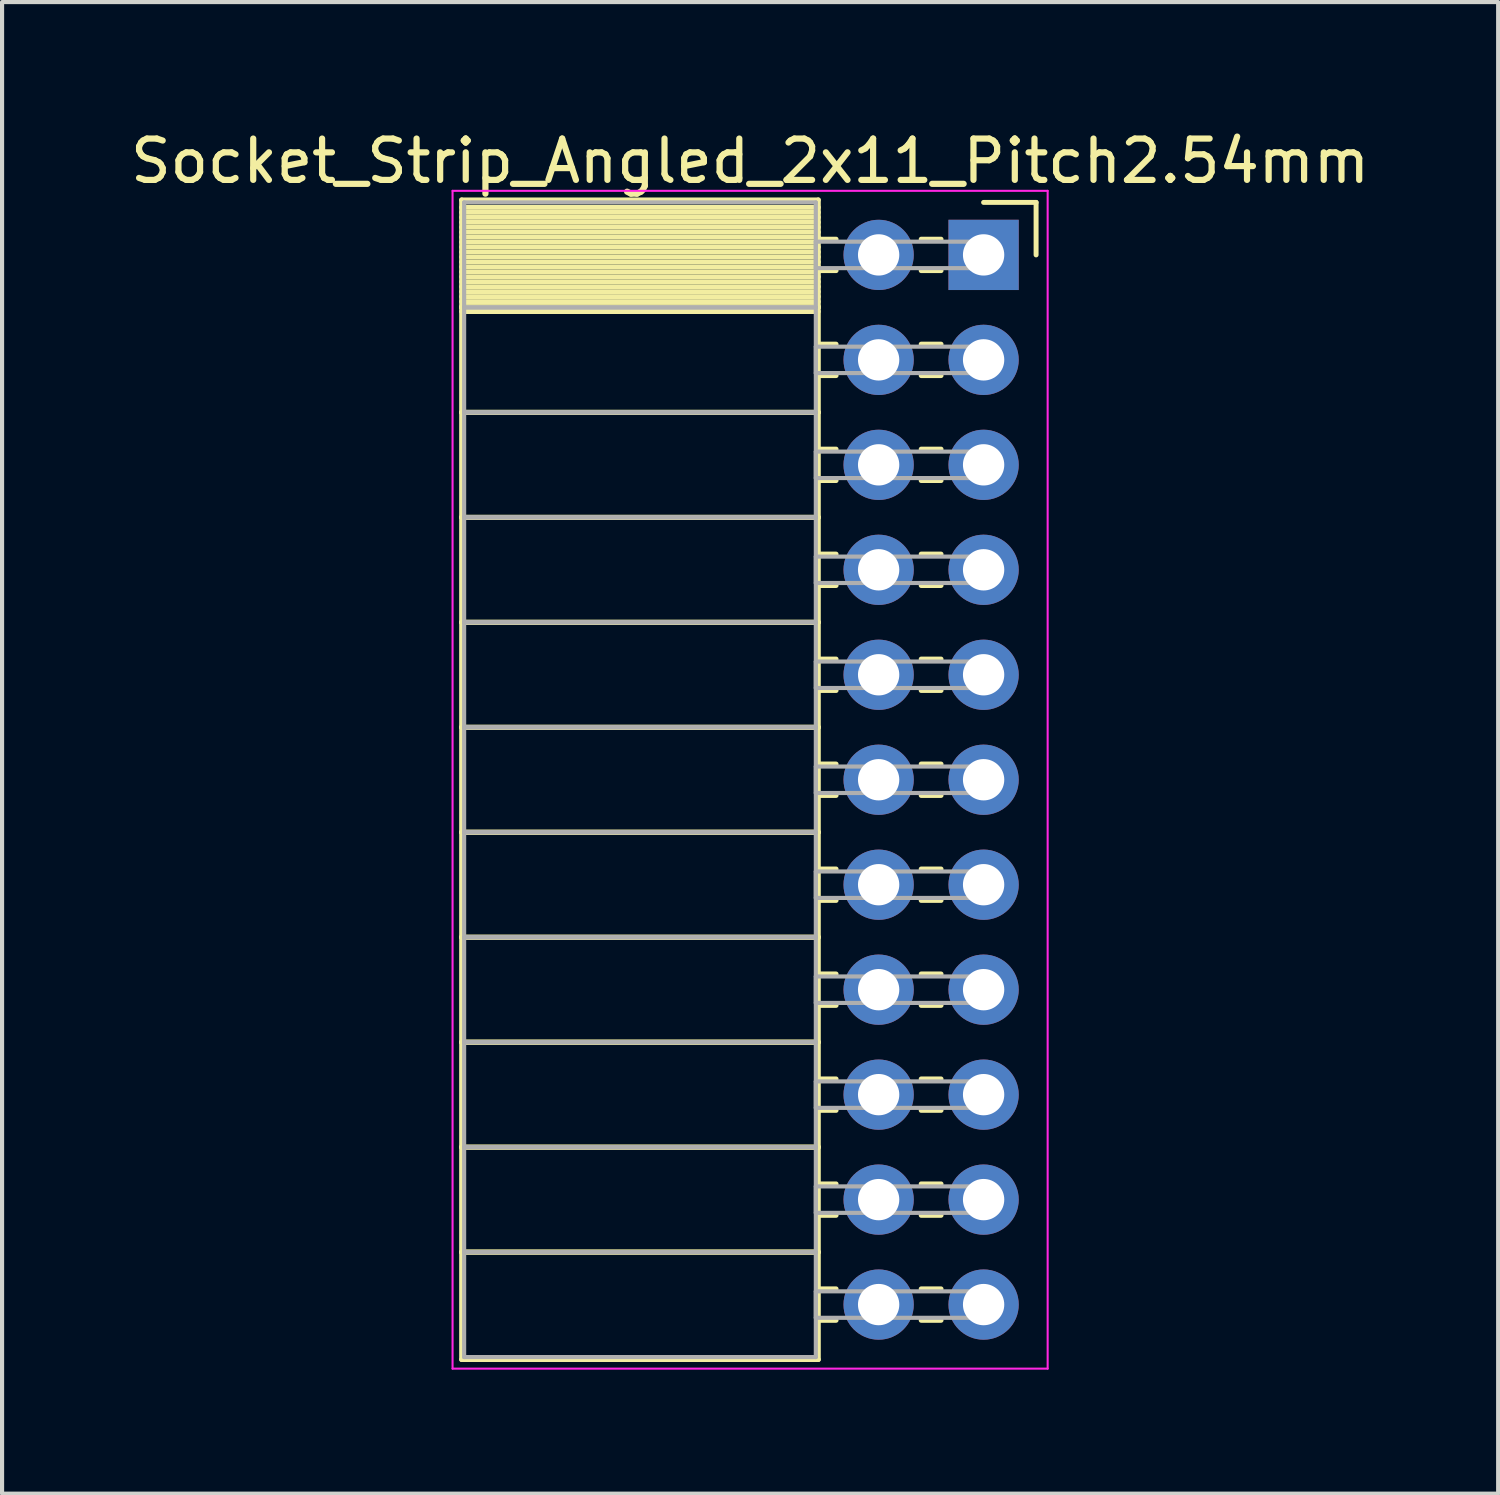
<source format=kicad_pcb>
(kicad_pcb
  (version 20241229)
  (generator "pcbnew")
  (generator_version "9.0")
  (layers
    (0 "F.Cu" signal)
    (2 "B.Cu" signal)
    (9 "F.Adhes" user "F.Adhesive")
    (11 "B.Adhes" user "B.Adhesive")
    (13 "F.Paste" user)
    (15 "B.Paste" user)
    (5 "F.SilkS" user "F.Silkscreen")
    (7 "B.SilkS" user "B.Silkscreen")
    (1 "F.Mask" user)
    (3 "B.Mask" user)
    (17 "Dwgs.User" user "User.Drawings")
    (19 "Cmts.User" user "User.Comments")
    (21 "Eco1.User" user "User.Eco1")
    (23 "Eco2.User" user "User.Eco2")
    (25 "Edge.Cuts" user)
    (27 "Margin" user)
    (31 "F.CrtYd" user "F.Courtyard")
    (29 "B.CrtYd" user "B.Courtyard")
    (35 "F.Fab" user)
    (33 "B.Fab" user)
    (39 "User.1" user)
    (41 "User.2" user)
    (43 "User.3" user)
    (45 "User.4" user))
  (footprint "Socket_Strip_Angled_2x11_Pitch2.54mm"
    (layer "F.Cu")
    (at 20.751 3.118)
    (property "Reference" "Socket_Strip_Angled_2x11_Pitch2.54mm" (at -5.65 -2.27 0) (layer "F.SilkS") (effects (font (size 1 1) (thickness 0.15))))
    (attr through_hole)
    (fp_line (start -12.63 -1.33) (end -4 -1.33) (stroke (width 0.12) (type solid)) (layer "F.SilkS"))
    (fp_line (start -12.63 1.27) (end -12.63 -1.33) (stroke (width 0.12) (type solid)) (layer "F.SilkS"))
    (fp_line (start -12.63 1.27) (end -4 1.27) (stroke (width 0.12) (type solid)) (layer "F.SilkS"))
    (fp_line (start -12.63 3.81) (end -12.63 1.27) (stroke (width 0.12) (type solid)) (layer "F.SilkS"))
    (fp_line (start -12.63 3.81) (end -4 3.81) (stroke (width 0.12) (type solid)) (layer "F.SilkS"))
    (fp_line (start -12.63 6.35) (end -12.63 3.81) (stroke (width 0.12) (type solid)) (layer "F.SilkS"))
    (fp_line (start -12.63 6.35) (end -4 6.35) (stroke (width 0.12) (type solid)) (layer "F.SilkS"))
    (fp_line (start -12.63 8.89) (end -12.63 6.35) (stroke (width 0.12) (type solid)) (layer "F.SilkS"))
    (fp_line (start -12.63 8.89) (end -4 8.89) (stroke (width 0.12) (type solid)) (layer "F.SilkS"))
    (fp_line (start -12.63 11.43) (end -12.63 8.89) (stroke (width 0.12) (type solid)) (layer "F.SilkS"))
    (fp_line (start -12.63 11.43) (end -4 11.43) (stroke (width 0.12) (type solid)) (layer "F.SilkS"))
    (fp_line (start -12.63 13.97) (end -12.63 11.43) (stroke (width 0.12) (type solid)) (layer "F.SilkS"))
    (fp_line (start -12.63 13.97) (end -4 13.97) (stroke (width 0.12) (type solid)) (layer "F.SilkS"))
    (fp_line (start -12.63 16.51) (end -12.63 13.97) (stroke (width 0.12) (type solid)) (layer "F.SilkS"))
    (fp_line (start -12.63 16.51) (end -4 16.51) (stroke (width 0.12) (type solid)) (layer "F.SilkS"))
    (fp_line (start -12.63 19.05) (end -12.63 16.51) (stroke (width 0.12) (type solid)) (layer "F.SilkS"))
    (fp_line (start -12.63 19.05) (end -4 19.05) (stroke (width 0.12) (type solid)) (layer "F.SilkS"))
    (fp_line (start -12.63 21.59) (end -12.63 19.05) (stroke (width 0.12) (type solid)) (layer "F.SilkS"))
    (fp_line (start -12.63 21.59) (end -4 21.59) (stroke (width 0.12) (type solid)) (layer "F.SilkS"))
    (fp_line (start -12.63 24.13) (end -12.63 21.59) (stroke (width 0.12) (type solid)) (layer "F.SilkS"))
    (fp_line (start -12.63 24.13) (end -4 24.13) (stroke (width 0.12) (type solid)) (layer "F.SilkS"))
    (fp_line (start -12.63 26.73) (end -12.63 24.13) (stroke (width 0.12) (type solid)) (layer "F.SilkS"))
    (fp_line (start -4 -1.33) (end -4 1.27) (stroke (width 0.12) (type solid)) (layer "F.SilkS"))
    (fp_line (start -4 -1.15) (end -12.63 -1.15) (stroke (width 0.12) (type solid)) (layer "F.SilkS"))
    (fp_line (start -4 -1.03) (end -12.63 -1.03) (stroke (width 0.12) (type solid)) (layer "F.SilkS"))
    (fp_line (start -4 -0.91) (end -12.63 -0.91) (stroke (width 0.12) (type solid)) (layer "F.SilkS"))
    (fp_line (start -4 -0.79) (end -12.63 -0.79) (stroke (width 0.12) (type solid)) (layer "F.SilkS"))
    (fp_line (start -4 -0.67) (end -12.63 -0.67) (stroke (width 0.12) (type solid)) (layer "F.SilkS"))
    (fp_line (start -4 -0.55) (end -12.63 -0.55) (stroke (width 0.12) (type solid)) (layer "F.SilkS"))
    (fp_line (start -4 -0.43) (end -12.63 -0.43) (stroke (width 0.12) (type solid)) (layer "F.SilkS"))
    (fp_line (start -4 -0.31) (end -12.63 -0.31) (stroke (width 0.12) (type solid)) (layer "F.SilkS"))
    (fp_line (start -4 -0.19) (end -12.63 -0.19) (stroke (width 0.12) (type solid)) (layer "F.SilkS"))
    (fp_line (start -4 -0.07) (end -12.63 -0.07) (stroke (width 0.12) (type solid)) (layer "F.SilkS"))
    (fp_line (start -4 0.05) (end -12.63 0.05) (stroke (width 0.12) (type solid)) (layer "F.SilkS"))
    (fp_line (start -4 0.17) (end -12.63 0.17) (stroke (width 0.12) (type solid)) (layer "F.SilkS"))
    (fp_line (start -4 0.29) (end -12.63 0.29) (stroke (width 0.12) (type solid)) (layer "F.SilkS"))
    (fp_line (start -4 0.41) (end -12.63 0.41) (stroke (width 0.12) (type solid)) (layer "F.SilkS"))
    (fp_line (start -4 0.53) (end -12.63 0.53) (stroke (width 0.12) (type solid)) (layer "F.SilkS"))
    (fp_line (start -4 0.65) (end -12.63 0.65) (stroke (width 0.12) (type solid)) (layer "F.SilkS"))
    (fp_line (start -4 0.77) (end -12.63 0.77) (stroke (width 0.12) (type solid)) (layer "F.SilkS"))
    (fp_line (start -4 0.89) (end -12.63 0.89) (stroke (width 0.12) (type solid)) (layer "F.SilkS"))
    (fp_line (start -4 1.01) (end -12.63 1.01) (stroke (width 0.12) (type solid)) (layer "F.SilkS"))
    (fp_line (start -4 1.13) (end -12.63 1.13) (stroke (width 0.12) (type solid)) (layer "F.SilkS"))
    (fp_line (start -4 1.25) (end -12.63 1.25) (stroke (width 0.12) (type solid)) (layer "F.SilkS"))
    (fp_line (start -4 1.27) (end -12.63 1.27) (stroke (width 0.12) (type solid)) (layer "F.SilkS"))
    (fp_line (start -4 1.27) (end -4 3.81) (stroke (width 0.12) (type solid)) (layer "F.SilkS"))
    (fp_line (start -4 1.37) (end -12.63 1.37) (stroke (width 0.12) (type solid)) (layer "F.SilkS"))
    (fp_line (start -4 3.81) (end -12.63 3.81) (stroke (width 0.12) (type solid)) (layer "F.SilkS"))
    (fp_line (start -4 3.81) (end -4 6.35) (stroke (width 0.12) (type solid)) (layer "F.SilkS"))
    (fp_line (start -4 6.35) (end -12.63 6.35) (stroke (width 0.12) (type solid)) (layer "F.SilkS"))
    (fp_line (start -4 6.35) (end -4 8.89) (stroke (width 0.12) (type solid)) (layer "F.SilkS"))
    (fp_line (start -4 8.89) (end -12.63 8.89) (stroke (width 0.12) (type solid)) (layer "F.SilkS"))
    (fp_line (start -4 8.89) (end -4 11.43) (stroke (width 0.12) (type solid)) (layer "F.SilkS"))
    (fp_line (start -4 11.43) (end -12.63 11.43) (stroke (width 0.12) (type solid)) (layer "F.SilkS"))
    (fp_line (start -4 11.43) (end -4 13.97) (stroke (width 0.12) (type solid)) (layer "F.SilkS"))
    (fp_line (start -4 13.97) (end -12.63 13.97) (stroke (width 0.12) (type solid)) (layer "F.SilkS"))
    (fp_line (start -4 13.97) (end -4 16.51) (stroke (width 0.12) (type solid)) (layer "F.SilkS"))
    (fp_line (start -4 16.51) (end -12.63 16.51) (stroke (width 0.12) (type solid)) (layer "F.SilkS"))
    (fp_line (start -4 16.51) (end -4 19.05) (stroke (width 0.12) (type solid)) (layer "F.SilkS"))
    (fp_line (start -4 19.05) (end -12.63 19.05) (stroke (width 0.12) (type solid)) (layer "F.SilkS"))
    (fp_line (start -4 19.05) (end -4 21.59) (stroke (width 0.12) (type solid)) (layer "F.SilkS"))
    (fp_line (start -4 21.59) (end -12.63 21.59) (stroke (width 0.12) (type solid)) (layer "F.SilkS"))
    (fp_line (start -4 21.59) (end -4 24.13) (stroke (width 0.12) (type solid)) (layer "F.SilkS"))
    (fp_line (start -4 24.13) (end -12.63 24.13) (stroke (width 0.12) (type solid)) (layer "F.SilkS"))
    (fp_line (start -4 24.13) (end -4 26.73) (stroke (width 0.12) (type solid)) (layer "F.SilkS"))
    (fp_line (start -4 26.73) (end -12.63 26.73) (stroke (width 0.12) (type solid)) (layer "F.SilkS"))
    (fp_line (start -3.57 -0.38) (end -4 -0.38) (stroke (width 0.12) (type solid)) (layer "F.SilkS"))
    (fp_line (start -3.57 0.38) (end -4 0.38) (stroke (width 0.12) (type solid)) (layer "F.SilkS"))
    (fp_line (start -3.57 2.16) (end -4 2.16) (stroke (width 0.12) (type solid)) (layer "F.SilkS"))
    (fp_line (start -3.57 2.92) (end -4 2.92) (stroke (width 0.12) (type solid)) (layer "F.SilkS"))
    (fp_line (start -3.57 4.7) (end -4 4.7) (stroke (width 0.12) (type solid)) (layer "F.SilkS"))
    (fp_line (start -3.57 5.46) (end -4 5.46) (stroke (width 0.12) (type solid)) (layer "F.SilkS"))
    (fp_line (start -3.57 7.24) (end -4 7.24) (stroke (width 0.12) (type solid)) (layer "F.SilkS"))
    (fp_line (start -3.57 8) (end -4 8) (stroke (width 0.12) (type solid)) (layer "F.SilkS"))
    (fp_line (start -3.57 9.78) (end -4 9.78) (stroke (width 0.12) (type solid)) (layer "F.SilkS"))
    (fp_line (start -3.57 10.54) (end -4 10.54) (stroke (width 0.12) (type solid)) (layer "F.SilkS"))
    (fp_line (start -3.57 12.32) (end -4 12.32) (stroke (width 0.12) (type solid)) (layer "F.SilkS"))
    (fp_line (start -3.57 13.08) (end -4 13.08) (stroke (width 0.12) (type solid)) (layer "F.SilkS"))
    (fp_line (start -3.57 14.86) (end -4 14.86) (stroke (width 0.12) (type solid)) (layer "F.SilkS"))
    (fp_line (start -3.57 15.62) (end -4 15.62) (stroke (width 0.12) (type solid)) (layer "F.SilkS"))
    (fp_line (start -3.57 17.4) (end -4 17.4) (stroke (width 0.12) (type solid)) (layer "F.SilkS"))
    (fp_line (start -3.57 18.16) (end -4 18.16) (stroke (width 0.12) (type solid)) (layer "F.SilkS"))
    (fp_line (start -3.57 19.94) (end -4 19.94) (stroke (width 0.12) (type solid)) (layer "F.SilkS"))
    (fp_line (start -3.57 20.7) (end -4 20.7) (stroke (width 0.12) (type solid)) (layer "F.SilkS"))
    (fp_line (start -3.57 22.48) (end -4 22.48) (stroke (width 0.12) (type solid)) (layer "F.SilkS"))
    (fp_line (start -3.57 23.24) (end -4 23.24) (stroke (width 0.12) (type solid)) (layer "F.SilkS"))
    (fp_line (start -3.57 25.02) (end -4 25.02) (stroke (width 0.12) (type solid)) (layer "F.SilkS"))
    (fp_line (start -3.57 25.78) (end -4 25.78) (stroke (width 0.12) (type solid)) (layer "F.SilkS"))
    (fp_line (start -1.03 -0.38) (end -1.51 -0.38) (stroke (width 0.12) (type solid)) (layer "F.SilkS"))
    (fp_line (start -1.03 0.38) (end -1.51 0.38) (stroke (width 0.12) (type solid)) (layer "F.SilkS"))
    (fp_line (start -1.03 2.16) (end -1.51 2.16) (stroke (width 0.12) (type solid)) (layer "F.SilkS"))
    (fp_line (start -1.03 2.92) (end -1.51 2.92) (stroke (width 0.12) (type solid)) (layer "F.SilkS"))
    (fp_line (start -1.03 4.7) (end -1.51 4.7) (stroke (width 0.12) (type solid)) (layer "F.SilkS"))
    (fp_line (start -1.03 5.46) (end -1.51 5.46) (stroke (width 0.12) (type solid)) (layer "F.SilkS"))
    (fp_line (start -1.03 7.24) (end -1.51 7.24) (stroke (width 0.12) (type solid)) (layer "F.SilkS"))
    (fp_line (start -1.03 8) (end -1.51 8) (stroke (width 0.12) (type solid)) (layer "F.SilkS"))
    (fp_line (start -1.03 9.78) (end -1.51 9.78) (stroke (width 0.12) (type solid)) (layer "F.SilkS"))
    (fp_line (start -1.03 10.54) (end -1.51 10.54) (stroke (width 0.12) (type solid)) (layer "F.SilkS"))
    (fp_line (start -1.03 12.32) (end -1.51 12.32) (stroke (width 0.12) (type solid)) (layer "F.SilkS"))
    (fp_line (start -1.03 13.08) (end -1.51 13.08) (stroke (width 0.12) (type solid)) (layer "F.SilkS"))
    (fp_line (start -1.03 14.86) (end -1.51 14.86) (stroke (width 0.12) (type solid)) (layer "F.SilkS"))
    (fp_line (start -1.03 15.62) (end -1.51 15.62) (stroke (width 0.12) (type solid)) (layer "F.SilkS"))
    (fp_line (start -1.03 17.4) (end -1.51 17.4) (stroke (width 0.12) (type solid)) (layer "F.SilkS"))
    (fp_line (start -1.03 18.16) (end -1.51 18.16) (stroke (width 0.12) (type solid)) (layer "F.SilkS"))
    (fp_line (start -1.03 19.94) (end -1.51 19.94) (stroke (width 0.12) (type solid)) (layer "F.SilkS"))
    (fp_line (start -1.03 20.7) (end -1.51 20.7) (stroke (width 0.12) (type solid)) (layer "F.SilkS"))
    (fp_line (start -1.03 22.48) (end -1.51 22.48) (stroke (width 0.12) (type solid)) (layer "F.SilkS"))
    (fp_line (start -1.03 23.24) (end -1.51 23.24) (stroke (width 0.12) (type solid)) (layer "F.SilkS"))
    (fp_line (start -1.03 25.02) (end -1.51 25.02) (stroke (width 0.12) (type solid)) (layer "F.SilkS"))
    (fp_line (start -1.03 25.78) (end -1.51 25.78) (stroke (width 0.12) (type solid)) (layer "F.SilkS"))
    (fp_line (start 0 -1.27) (end 1.27 -1.27) (stroke (width 0.12) (type solid)) (layer "F.SilkS"))
    (fp_line (start 1.27 -1.27) (end 1.27 0) (stroke (width 0.12) (type solid)) (layer "F.SilkS"))
    (fp_line (start -12.85 -1.55) (end 1.55 -1.55) (stroke (width 0.05) (type solid)) (layer "F.CrtYd"))
    (fp_line (start -12.85 26.95) (end -12.85 -1.55) (stroke (width 0.05) (type solid)) (layer "F.CrtYd"))
    (fp_line (start 1.55 -1.55) (end 1.55 26.95) (stroke (width 0.05) (type solid)) (layer "F.CrtYd"))
    (fp_line (start 1.55 26.95) (end -12.85 26.95) (stroke (width 0.05) (type solid)) (layer "F.CrtYd"))
    (fp_line (start -12.57 -1.27) (end -4.06 -1.27) (stroke (width 0.1) (type solid)) (layer "F.Fab"))
    (fp_line (start -12.57 1.27) (end -12.57 -1.27) (stroke (width 0.1) (type solid)) (layer "F.Fab"))
    (fp_line (start -12.57 1.27) (end -4.06 1.27) (stroke (width 0.1) (type solid)) (layer "F.Fab"))
    (fp_line (start -12.57 3.81) (end -12.57 1.27) (stroke (width 0.1) (type solid)) (layer "F.Fab"))
    (fp_line (start -12.57 3.81) (end -4.06 3.81) (stroke (width 0.1) (type solid)) (layer "F.Fab"))
    (fp_line (start -12.57 6.35) (end -12.57 3.81) (stroke (width 0.1) (type solid)) (layer "F.Fab"))
    (fp_line (start -12.57 6.35) (end -4.06 6.35) (stroke (width 0.1) (type solid)) (layer "F.Fab"))
    (fp_line (start -12.57 8.89) (end -12.57 6.35) (stroke (width 0.1) (type solid)) (layer "F.Fab"))
    (fp_line (start -12.57 8.89) (end -4.06 8.89) (stroke (width 0.1) (type solid)) (layer "F.Fab"))
    (fp_line (start -12.57 11.43) (end -12.57 8.89) (stroke (width 0.1) (type solid)) (layer "F.Fab"))
    (fp_line (start -12.57 11.43) (end -4.06 11.43) (stroke (width 0.1) (type solid)) (layer "F.Fab"))
    (fp_line (start -12.57 13.97) (end -12.57 11.43) (stroke (width 0.1) (type solid)) (layer "F.Fab"))
    (fp_line (start -12.57 13.97) (end -4.06 13.97) (stroke (width 0.1) (type solid)) (layer "F.Fab"))
    (fp_line (start -12.57 16.51) (end -12.57 13.97) (stroke (width 0.1) (type solid)) (layer "F.Fab"))
    (fp_line (start -12.57 16.51) (end -4.06 16.51) (stroke (width 0.1) (type solid)) (layer "F.Fab"))
    (fp_line (start -12.57 19.05) (end -12.57 16.51) (stroke (width 0.1) (type solid)) (layer "F.Fab"))
    (fp_line (start -12.57 19.05) (end -4.06 19.05) (stroke (width 0.1) (type solid)) (layer "F.Fab"))
    (fp_line (start -12.57 21.59) (end -12.57 19.05) (stroke (width 0.1) (type solid)) (layer "F.Fab"))
    (fp_line (start -12.57 21.59) (end -4.06 21.59) (stroke (width 0.1) (type solid)) (layer "F.Fab"))
    (fp_line (start -12.57 24.13) (end -12.57 21.59) (stroke (width 0.1) (type solid)) (layer "F.Fab"))
    (fp_line (start -12.57 24.13) (end -4.06 24.13) (stroke (width 0.1) (type solid)) (layer "F.Fab"))
    (fp_line (start -12.57 26.67) (end -12.57 24.13) (stroke (width 0.1) (type solid)) (layer "F.Fab"))
    (fp_line (start -4.06 -1.27) (end -4.06 1.27) (stroke (width 0.1) (type solid)) (layer "F.Fab"))
    (fp_line (start -4.06 -0.32) (end 0 -0.32) (stroke (width 0.1) (type solid)) (layer "F.Fab"))
    (fp_line (start -4.06 0.32) (end -4.06 -0.32) (stroke (width 0.1) (type solid)) (layer "F.Fab"))
    (fp_line (start -4.06 1.27) (end -12.57 1.27) (stroke (width 0.1) (type solid)) (layer "F.Fab"))
    (fp_line (start -4.06 1.27) (end -4.06 3.81) (stroke (width 0.1) (type solid)) (layer "F.Fab"))
    (fp_line (start -4.06 2.22) (end 0 2.22) (stroke (width 0.1) (type solid)) (layer "F.Fab"))
    (fp_line (start -4.06 2.86) (end -4.06 2.22) (stroke (width 0.1) (type solid)) (layer "F.Fab"))
    (fp_line (start -4.06 3.81) (end -12.57 3.81) (stroke (width 0.1) (type solid)) (layer "F.Fab"))
    (fp_line (start -4.06 3.81) (end -4.06 6.35) (stroke (width 0.1) (type solid)) (layer "F.Fab"))
    (fp_line (start -4.06 4.76) (end 0 4.76) (stroke (width 0.1) (type solid)) (layer "F.Fab"))
    (fp_line (start -4.06 5.4) (end -4.06 4.76) (stroke (width 0.1) (type solid)) (layer "F.Fab"))
    (fp_line (start -4.06 6.35) (end -12.57 6.35) (stroke (width 0.1) (type solid)) (layer "F.Fab"))
    (fp_line (start -4.06 6.35) (end -4.06 8.89) (stroke (width 0.1) (type solid)) (layer "F.Fab"))
    (fp_line (start -4.06 7.3) (end 0 7.3) (stroke (width 0.1) (type solid)) (layer "F.Fab"))
    (fp_line (start -4.06 7.94) (end -4.06 7.3) (stroke (width 0.1) (type solid)) (layer "F.Fab"))
    (fp_line (start -4.06 8.89) (end -12.57 8.89) (stroke (width 0.1) (type solid)) (layer "F.Fab"))
    (fp_line (start -4.06 8.89) (end -4.06 11.43) (stroke (width 0.1) (type solid)) (layer "F.Fab"))
    (fp_line (start -4.06 9.84) (end 0 9.84) (stroke (width 0.1) (type solid)) (layer "F.Fab"))
    (fp_line (start -4.06 10.48) (end -4.06 9.84) (stroke (width 0.1) (type solid)) (layer "F.Fab"))
    (fp_line (start -4.06 11.43) (end -12.57 11.43) (stroke (width 0.1) (type solid)) (layer "F.Fab"))
    (fp_line (start -4.06 11.43) (end -4.06 13.97) (stroke (width 0.1) (type solid)) (layer "F.Fab"))
    (fp_line (start -4.06 12.38) (end 0 12.38) (stroke (width 0.1) (type solid)) (layer "F.Fab"))
    (fp_line (start -4.06 13.02) (end -4.06 12.38) (stroke (width 0.1) (type solid)) (layer "F.Fab"))
    (fp_line (start -4.06 13.97) (end -12.57 13.97) (stroke (width 0.1) (type solid)) (layer "F.Fab"))
    (fp_line (start -4.06 13.97) (end -4.06 16.51) (stroke (width 0.1) (type solid)) (layer "F.Fab"))
    (fp_line (start -4.06 14.92) (end 0 14.92) (stroke (width 0.1) (type solid)) (layer "F.Fab"))
    (fp_line (start -4.06 15.56) (end -4.06 14.92) (stroke (width 0.1) (type solid)) (layer "F.Fab"))
    (fp_line (start -4.06 16.51) (end -12.57 16.51) (stroke (width 0.1) (type solid)) (layer "F.Fab"))
    (fp_line (start -4.06 16.51) (end -4.06 19.05) (stroke (width 0.1) (type solid)) (layer "F.Fab"))
    (fp_line (start -4.06 17.46) (end 0 17.46) (stroke (width 0.1) (type solid)) (layer "F.Fab"))
    (fp_line (start -4.06 18.1) (end -4.06 17.46) (stroke (width 0.1) (type solid)) (layer "F.Fab"))
    (fp_line (start -4.06 19.05) (end -12.57 19.05) (stroke (width 0.1) (type solid)) (layer "F.Fab"))
    (fp_line (start -4.06 19.05) (end -4.06 21.59) (stroke (width 0.1) (type solid)) (layer "F.Fab"))
    (fp_line (start -4.06 20) (end 0 20) (stroke (width 0.1) (type solid)) (layer "F.Fab"))
    (fp_line (start -4.06 20.64) (end -4.06 20) (stroke (width 0.1) (type solid)) (layer "F.Fab"))
    (fp_line (start -4.06 21.59) (end -12.57 21.59) (stroke (width 0.1) (type solid)) (layer "F.Fab"))
    (fp_line (start -4.06 21.59) (end -4.06 24.13) (stroke (width 0.1) (type solid)) (layer "F.Fab"))
    (fp_line (start -4.06 22.54) (end 0 22.54) (stroke (width 0.1) (type solid)) (layer "F.Fab"))
    (fp_line (start -4.06 23.18) (end -4.06 22.54) (stroke (width 0.1) (type solid)) (layer "F.Fab"))
    (fp_line (start -4.06 24.13) (end -12.57 24.13) (stroke (width 0.1) (type solid)) (layer "F.Fab"))
    (fp_line (start -4.06 24.13) (end -4.06 26.67) (stroke (width 0.1) (type solid)) (layer "F.Fab"))
    (fp_line (start -4.06 25.08) (end 0 25.08) (stroke (width 0.1) (type solid)) (layer "F.Fab"))
    (fp_line (start -4.06 25.72) (end -4.06 25.08) (stroke (width 0.1) (type solid)) (layer "F.Fab"))
    (fp_line (start -4.06 26.67) (end -12.57 26.67) (stroke (width 0.1) (type solid)) (layer "F.Fab"))
    (fp_line (start 0 -0.32) (end 0 0.32) (stroke (width 0.1) (type solid)) (layer "F.Fab"))
    (fp_line (start 0 0.32) (end -4.06 0.32) (stroke (width 0.1) (type solid)) (layer "F.Fab"))
    (fp_line (start 0 2.22) (end 0 2.86) (stroke (width 0.1) (type solid)) (layer "F.Fab"))
    (fp_line (start 0 2.86) (end -4.06 2.86) (stroke (width 0.1) (type solid)) (layer "F.Fab"))
    (fp_line (start 0 4.76) (end 0 5.4) (stroke (width 0.1) (type solid)) (layer "F.Fab"))
    (fp_line (start 0 5.4) (end -4.06 5.4) (stroke (width 0.1) (type solid)) (layer "F.Fab"))
    (fp_line (start 0 7.3) (end 0 7.94) (stroke (width 0.1) (type solid)) (layer "F.Fab"))
    (fp_line (start 0 7.94) (end -4.06 7.94) (stroke (width 0.1) (type solid)) (layer "F.Fab"))
    (fp_line (start 0 9.84) (end 0 10.48) (stroke (width 0.1) (type solid)) (layer "F.Fab"))
    (fp_line (start 0 10.48) (end -4.06 10.48) (stroke (width 0.1) (type solid)) (layer "F.Fab"))
    (fp_line (start 0 12.38) (end 0 13.02) (stroke (width 0.1) (type solid)) (layer "F.Fab"))
    (fp_line (start 0 13.02) (end -4.06 13.02) (stroke (width 0.1) (type solid)) (layer "F.Fab"))
    (fp_line (start 0 14.92) (end 0 15.56) (stroke (width 0.1) (type solid)) (layer "F.Fab"))
    (fp_line (start 0 15.56) (end -4.06 15.56) (stroke (width 0.1) (type solid)) (layer "F.Fab"))
    (fp_line (start 0 17.46) (end 0 18.1) (stroke (width 0.1) (type solid)) (layer "F.Fab"))
    (fp_line (start 0 18.1) (end -4.06 18.1) (stroke (width 0.1) (type solid)) (layer "F.Fab"))
    (fp_line (start 0 20) (end 0 20.64) (stroke (width 0.1) (type solid)) (layer "F.Fab"))
    (fp_line (start 0 20.64) (end -4.06 20.64) (stroke (width 0.1) (type solid)) (layer "F.Fab"))
    (fp_line (start 0 22.54) (end 0 23.18) (stroke (width 0.1) (type solid)) (layer "F.Fab"))
    (fp_line (start 0 23.18) (end -4.06 23.18) (stroke (width 0.1) (type solid)) (layer "F.Fab"))
    (fp_line (start 0 25.08) (end 0 25.72) (stroke (width 0.1) (type solid)) (layer "F.Fab"))
    (fp_line (start 0 25.72) (end -4.06 25.72) (stroke (width 0.1) (type solid)) (layer "F.Fab"))
    (pad "1" thru_hole rect (at 0 0) (size 1.7 1.7) (drill 1) (layers "*.Cu" "*.Mask"))
    (pad "2" thru_hole oval (at -2.54 0) (size 1.7 1.7) (drill 1) (layers "*.Cu" "*.Mask"))
    (pad "3" thru_hole oval (at 0 2.54) (size 1.7 1.7) (drill 1) (layers "*.Cu" "*.Mask"))
    (pad "4" thru_hole oval (at -2.54 2.54) (size 1.7 1.7) (drill 1) (layers "*.Cu" "*.Mask"))
    (pad "5" thru_hole oval (at 0 5.08) (size 1.7 1.7) (drill 1) (layers "*.Cu" "*.Mask"))
    (pad "6" thru_hole oval (at -2.54 5.08) (size 1.7 1.7) (drill 1) (layers "*.Cu" "*.Mask"))
    (pad "7" thru_hole oval (at 0 7.62) (size 1.7 1.7) (drill 1) (layers "*.Cu" "*.Mask"))
    (pad "8" thru_hole oval (at -2.54 7.62) (size 1.7 1.7) (drill 1) (layers "*.Cu" "*.Mask"))
    (pad "9" thru_hole oval (at 0 10.16) (size 1.7 1.7) (drill 1) (layers "*.Cu" "*.Mask"))
    (pad "10" thru_hole oval (at -2.54 10.16) (size 1.7 1.7) (drill 1) (layers "*.Cu" "*.Mask"))
    (pad "11" thru_hole oval (at 0 12.7) (size 1.7 1.7) (drill 1) (layers "*.Cu" "*.Mask"))
    (pad "12" thru_hole oval (at -2.54 12.7) (size 1.7 1.7) (drill 1) (layers "*.Cu" "*.Mask"))
    (pad "13" thru_hole oval (at 0 15.24) (size 1.7 1.7) (drill 1) (layers "*.Cu" "*.Mask"))
    (pad "14" thru_hole oval (at -2.54 15.24) (size 1.7 1.7) (drill 1) (layers "*.Cu" "*.Mask"))
    (pad "15" thru_hole oval (at 0 17.78) (size 1.7 1.7) (drill 1) (layers "*.Cu" "*.Mask"))
    (pad "16" thru_hole oval (at -2.54 17.78) (size 1.7 1.7) (drill 1) (layers "*.Cu" "*.Mask"))
    (pad "17" thru_hole oval (at 0 20.32) (size 1.7 1.7) (drill 1) (layers "*.Cu" "*.Mask"))
    (pad "18" thru_hole oval (at -2.54 20.32) (size 1.7 1.7) (drill 1) (layers "*.Cu" "*.Mask"))
    (pad "19" thru_hole oval (at 0 22.86) (size 1.7 1.7) (drill 1) (layers "*.Cu" "*.Mask"))
    (pad "20" thru_hole oval (at -2.54 22.86) (size 1.7 1.7) (drill 1) (layers "*.Cu" "*.Mask"))
    (pad "21" thru_hole oval (at 0 25.4) (size 1.7 1.7) (drill 1) (layers "*.Cu" "*.Mask"))
    (pad "22" thru_hole oval (at -2.54 25.4) (size 1.7 1.7) (drill 1) (layers "*.Cu" "*.Mask")))
  (gr_rect
    (start -3 -3)
    (end 33.202 33.093)
    (stroke (width 0.1) (type default))
    (fill no)
    (layer "Edge.Cuts")))
</source>
